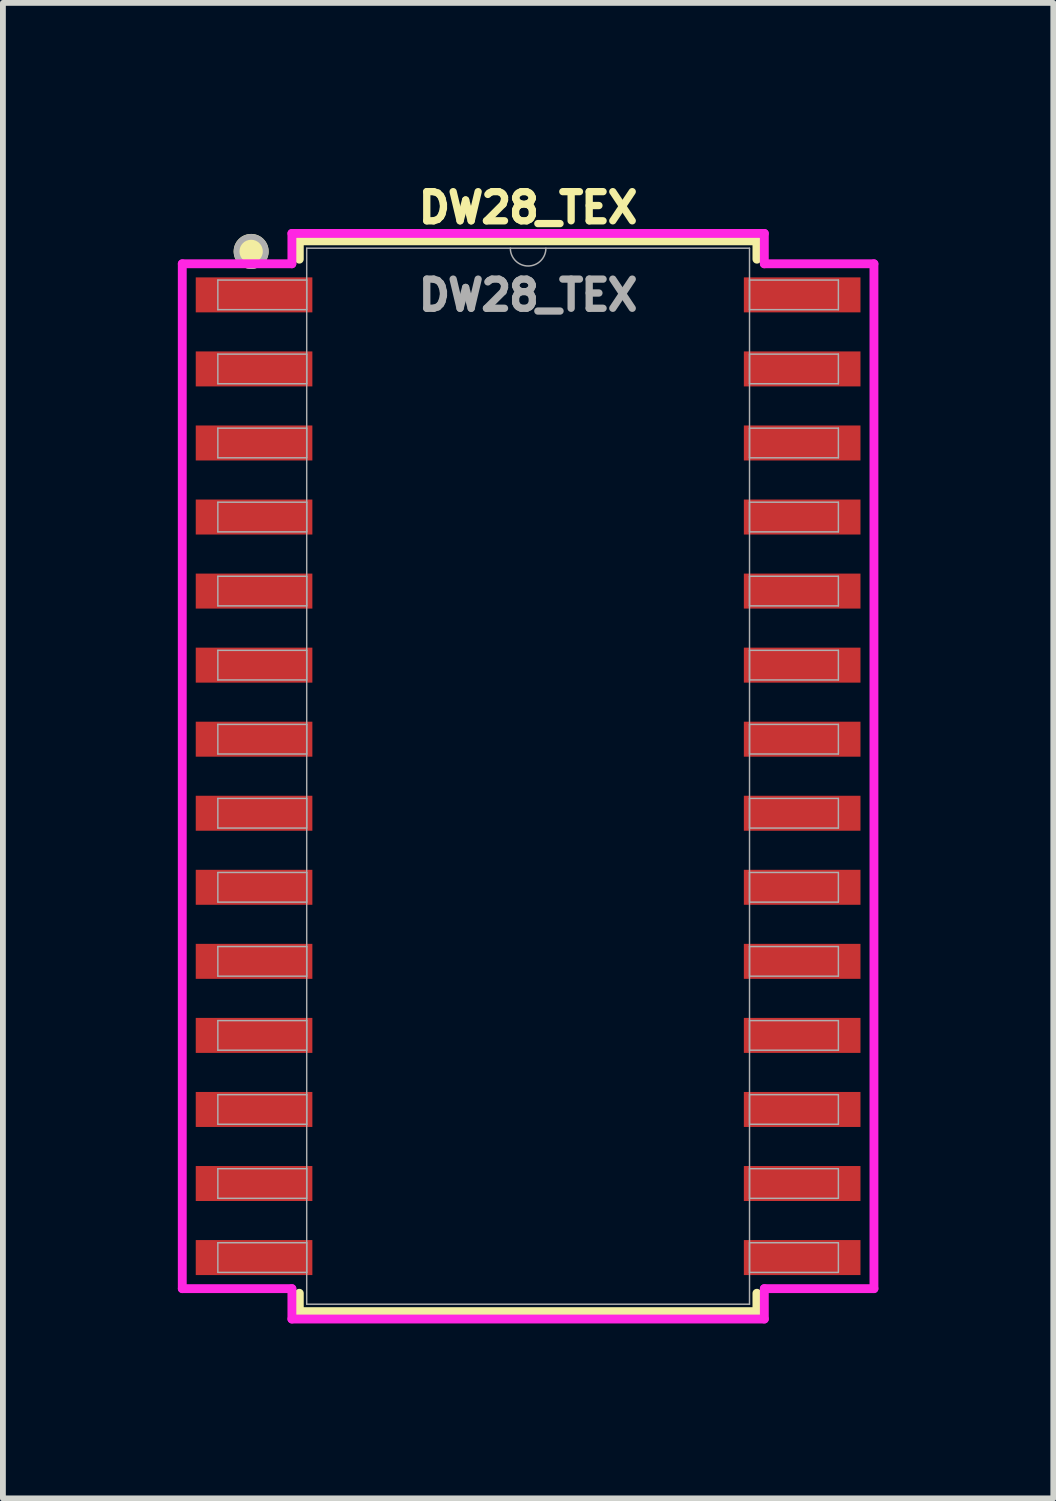
<source format=kicad_pcb>
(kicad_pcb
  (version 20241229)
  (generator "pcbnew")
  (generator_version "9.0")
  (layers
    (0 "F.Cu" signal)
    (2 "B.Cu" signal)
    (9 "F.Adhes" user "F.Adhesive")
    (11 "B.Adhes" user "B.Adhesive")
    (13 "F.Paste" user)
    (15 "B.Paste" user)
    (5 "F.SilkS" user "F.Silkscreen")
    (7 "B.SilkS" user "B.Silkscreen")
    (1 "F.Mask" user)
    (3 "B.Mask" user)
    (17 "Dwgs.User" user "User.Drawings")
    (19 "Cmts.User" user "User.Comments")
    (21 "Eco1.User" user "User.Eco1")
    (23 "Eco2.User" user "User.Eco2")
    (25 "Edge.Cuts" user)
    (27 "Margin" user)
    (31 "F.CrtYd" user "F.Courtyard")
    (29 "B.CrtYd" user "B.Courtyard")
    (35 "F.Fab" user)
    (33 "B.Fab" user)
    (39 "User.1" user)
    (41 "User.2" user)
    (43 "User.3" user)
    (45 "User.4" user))
  (footprint "DW28_TEX"
    (layer "F.Cu")
    (at 6.007 10.262)
    (property "Reference" "DW28_TEX" (at 0 -9.75 0) (unlocked yes) (layer "F.SilkS") (effects (font (size 0.5 0.5) (thickness 0.125) (bold yes))))
    (attr smd)
    (fp_line (start -3.924 -9.182) (end -3.924 -8.867) (stroke (width 0.152) (type solid)) (layer "F.SilkS"))
    (fp_line (start -3.924 8.867) (end -3.924 9.182) (stroke (width 0.152) (type solid)) (layer "F.SilkS"))
    (fp_line (start -3.924 9.182) (end 3.924 9.182) (stroke (width 0.152) (type solid)) (layer "F.SilkS"))
    (fp_line (start 3.924 -9.182) (end -3.924 -9.182) (stroke (width 0.152) (type solid)) (layer "F.SilkS"))
    (fp_line (start 3.924 -8.867) (end 3.924 -9.182) (stroke (width 0.152) (type solid)) (layer "F.SilkS"))
    (fp_line (start 3.924 9.182) (end 3.924 8.867) (stroke (width 0.152) (type solid)) (layer "F.SilkS"))
    (fp_circle (center -4.75 -9) (end -4.5 -9) (stroke (width 0.1) (type solid)) (fill yes) (layer "F.SilkS"))
    (fp_line (start -5.931 -8.788) (end -4.051 -8.788) (stroke (width 0.152) (type solid)) (layer "F.CrtYd"))
    (fp_line (start -5.931 8.788) (end -5.931 -8.788) (stroke (width 0.152) (type solid)) (layer "F.CrtYd"))
    (fp_line (start -5.931 8.788) (end -4.051 8.788) (stroke (width 0.152) (type solid)) (layer "F.CrtYd"))
    (fp_line (start -4.051 -9.309) (end 4.051 -9.309) (stroke (width 0.152) (type solid)) (layer "F.CrtYd"))
    (fp_line (start -4.051 -8.788) (end -4.051 -9.309) (stroke (width 0.152) (type solid)) (layer "F.CrtYd"))
    (fp_line (start -4.051 9.309) (end -4.051 8.788) (stroke (width 0.152) (type solid)) (layer "F.CrtYd"))
    (fp_line (start 4.051 -9.309) (end 4.051 -8.788) (stroke (width 0.152) (type solid)) (layer "F.CrtYd"))
    (fp_line (start 4.051 8.788) (end 4.051 9.309) (stroke (width 0.152) (type solid)) (layer "F.CrtYd"))
    (fp_line (start 4.051 9.309) (end -4.051 9.309) (stroke (width 0.152) (type solid)) (layer "F.CrtYd"))
    (fp_line (start 5.931 -8.788) (end 4.051 -8.788) (stroke (width 0.152) (type solid)) (layer "F.CrtYd"))
    (fp_line (start 5.931 -8.788) (end 5.931 8.788) (stroke (width 0.152) (type solid)) (layer "F.CrtYd"))
    (fp_line (start 5.931 8.788) (end 4.051 8.788) (stroke (width 0.152) (type solid)) (layer "F.CrtYd"))
    (fp_line (start -5.321 -8.509) (end -5.321 -8.001) (stroke (width 0.025) (type solid)) (layer "F.Fab"))
    (fp_line (start -5.321 -8.001) (end -3.797 -8.001) (stroke (width 0.025) (type solid)) (layer "F.Fab"))
    (fp_line (start -5.321 -7.239) (end -5.321 -6.731) (stroke (width 0.025) (type solid)) (layer "F.Fab"))
    (fp_line (start -5.321 -6.731) (end -3.797 -6.731) (stroke (width 0.025) (type solid)) (layer "F.Fab"))
    (fp_line (start -5.321 -5.969) (end -5.321 -5.461) (stroke (width 0.025) (type solid)) (layer "F.Fab"))
    (fp_line (start -5.321 -5.461) (end -3.797 -5.461) (stroke (width 0.025) (type solid)) (layer "F.Fab"))
    (fp_line (start -5.321 -4.699) (end -5.321 -4.191) (stroke (width 0.025) (type solid)) (layer "F.Fab"))
    (fp_line (start -5.321 -4.191) (end -3.797 -4.191) (stroke (width 0.025) (type solid)) (layer "F.Fab"))
    (fp_line (start -5.321 -3.429) (end -5.321 -2.921) (stroke (width 0.025) (type solid)) (layer "F.Fab"))
    (fp_line (start -5.321 -2.921) (end -3.797 -2.921) (stroke (width 0.025) (type solid)) (layer "F.Fab"))
    (fp_line (start -5.321 -2.159) (end -5.321 -1.651) (stroke (width 0.025) (type solid)) (layer "F.Fab"))
    (fp_line (start -5.321 -1.651) (end -3.797 -1.651) (stroke (width 0.025) (type solid)) (layer "F.Fab"))
    (fp_line (start -5.321 -0.889) (end -5.321 -0.381) (stroke (width 0.025) (type solid)) (layer "F.Fab"))
    (fp_line (start -5.321 -0.381) (end -3.797 -0.381) (stroke (width 0.025) (type solid)) (layer "F.Fab"))
    (fp_line (start -5.321 0.381) (end -5.321 0.889) (stroke (width 0.025) (type solid)) (layer "F.Fab"))
    (fp_line (start -5.321 0.889) (end -3.797 0.889) (stroke (width 0.025) (type solid)) (layer "F.Fab"))
    (fp_line (start -5.321 1.651) (end -5.321 2.159) (stroke (width 0.025) (type solid)) (layer "F.Fab"))
    (fp_line (start -5.321 2.159) (end -3.797 2.159) (stroke (width 0.025) (type solid)) (layer "F.Fab"))
    (fp_line (start -5.321 2.921) (end -5.321 3.429) (stroke (width 0.025) (type solid)) (layer "F.Fab"))
    (fp_line (start -5.321 3.429) (end -3.797 3.429) (stroke (width 0.025) (type solid)) (layer "F.Fab"))
    (fp_line (start -5.321 4.191) (end -5.321 4.699) (stroke (width 0.025) (type solid)) (layer "F.Fab"))
    (fp_line (start -5.321 4.699) (end -3.797 4.699) (stroke (width 0.025) (type solid)) (layer "F.Fab"))
    (fp_line (start -5.321 5.461) (end -5.321 5.969) (stroke (width 0.025) (type solid)) (layer "F.Fab"))
    (fp_line (start -5.321 5.969) (end -3.797 5.969) (stroke (width 0.025) (type solid)) (layer "F.Fab"))
    (fp_line (start -5.321 6.731) (end -5.321 7.239) (stroke (width 0.025) (type solid)) (layer "F.Fab"))
    (fp_line (start -5.321 7.239) (end -3.797 7.239) (stroke (width 0.025) (type solid)) (layer "F.Fab"))
    (fp_line (start -5.321 8.001) (end -5.321 8.509) (stroke (width 0.025) (type solid)) (layer "F.Fab"))
    (fp_line (start -5.321 8.509) (end -3.797 8.509) (stroke (width 0.025) (type solid)) (layer "F.Fab"))
    (fp_line (start -3.797 -9.055) (end -3.797 9.055) (stroke (width 0.025) (type solid)) (layer "F.Fab"))
    (fp_line (start -3.797 -8.509) (end -5.321 -8.509) (stroke (width 0.025) (type solid)) (layer "F.Fab"))
    (fp_line (start -3.797 -8.001) (end -3.797 -8.509) (stroke (width 0.025) (type solid)) (layer "F.Fab"))
    (fp_line (start -3.797 -7.239) (end -5.321 -7.239) (stroke (width 0.025) (type solid)) (layer "F.Fab"))
    (fp_line (start -3.797 -6.731) (end -3.797 -7.239) (stroke (width 0.025) (type solid)) (layer "F.Fab"))
    (fp_line (start -3.797 -5.969) (end -5.321 -5.969) (stroke (width 0.025) (type solid)) (layer "F.Fab"))
    (fp_line (start -3.797 -5.461) (end -3.797 -5.969) (stroke (width 0.025) (type solid)) (layer "F.Fab"))
    (fp_line (start -3.797 -4.699) (end -5.321 -4.699) (stroke (width 0.025) (type solid)) (layer "F.Fab"))
    (fp_line (start -3.797 -4.191) (end -3.797 -4.699) (stroke (width 0.025) (type solid)) (layer "F.Fab"))
    (fp_line (start -3.797 -3.429) (end -5.321 -3.429) (stroke (width 0.025) (type solid)) (layer "F.Fab"))
    (fp_line (start -3.797 -2.921) (end -3.797 -3.429) (stroke (width 0.025) (type solid)) (layer "F.Fab"))
    (fp_line (start -3.797 -2.159) (end -5.321 -2.159) (stroke (width 0.025) (type solid)) (layer "F.Fab"))
    (fp_line (start -3.797 -1.651) (end -3.797 -2.159) (stroke (width 0.025) (type solid)) (layer "F.Fab"))
    (fp_line (start -3.797 -0.889) (end -5.321 -0.889) (stroke (width 0.025) (type solid)) (layer "F.Fab"))
    (fp_line (start -3.797 -0.381) (end -3.797 -0.889) (stroke (width 0.025) (type solid)) (layer "F.Fab"))
    (fp_line (start -3.797 0.381) (end -5.321 0.381) (stroke (width 0.025) (type solid)) (layer "F.Fab"))
    (fp_line (start -3.797 0.889) (end -3.797 0.381) (stroke (width 0.025) (type solid)) (layer "F.Fab"))
    (fp_line (start -3.797 1.651) (end -5.321 1.651) (stroke (width 0.025) (type solid)) (layer "F.Fab"))
    (fp_line (start -3.797 2.159) (end -3.797 1.651) (stroke (width 0.025) (type solid)) (layer "F.Fab"))
    (fp_line (start -3.797 2.921) (end -5.321 2.921) (stroke (width 0.025) (type solid)) (layer "F.Fab"))
    (fp_line (start -3.797 3.429) (end -3.797 2.921) (stroke (width 0.025) (type solid)) (layer "F.Fab"))
    (fp_line (start -3.797 4.191) (end -5.321 4.191) (stroke (width 0.025) (type solid)) (layer "F.Fab"))
    (fp_line (start -3.797 4.699) (end -3.797 4.191) (stroke (width 0.025) (type solid)) (layer "F.Fab"))
    (fp_line (start -3.797 5.461) (end -5.321 5.461) (stroke (width 0.025) (type solid)) (layer "F.Fab"))
    (fp_line (start -3.797 5.969) (end -3.797 5.461) (stroke (width 0.025) (type solid)) (layer "F.Fab"))
    (fp_line (start -3.797 6.731) (end -5.321 6.731) (stroke (width 0.025) (type solid)) (layer "F.Fab"))
    (fp_line (start -3.797 7.239) (end -3.797 6.731) (stroke (width 0.025) (type solid)) (layer "F.Fab"))
    (fp_line (start -3.797 8.001) (end -5.321 8.001) (stroke (width 0.025) (type solid)) (layer "F.Fab"))
    (fp_line (start -3.797 8.509) (end -3.797 8.001) (stroke (width 0.025) (type solid)) (layer "F.Fab"))
    (fp_line (start -3.797 9.055) (end 3.797 9.055) (stroke (width 0.025) (type solid)) (layer "F.Fab"))
    (fp_line (start 3.797 -9.055) (end -3.797 -9.055) (stroke (width 0.025) (type solid)) (layer "F.Fab"))
    (fp_line (start 3.797 -8.509) (end 3.797 -8.001) (stroke (width 0.025) (type solid)) (layer "F.Fab"))
    (fp_line (start 3.797 -8.001) (end 5.321 -8.001) (stroke (width 0.025) (type solid)) (layer "F.Fab"))
    (fp_line (start 3.797 -7.239) (end 3.797 -6.731) (stroke (width 0.025) (type solid)) (layer "F.Fab"))
    (fp_line (start 3.797 -6.731) (end 5.321 -6.731) (stroke (width 0.025) (type solid)) (layer "F.Fab"))
    (fp_line (start 3.797 -5.969) (end 3.797 -5.461) (stroke (width 0.025) (type solid)) (layer "F.Fab"))
    (fp_line (start 3.797 -5.461) (end 5.321 -5.461) (stroke (width 0.025) (type solid)) (layer "F.Fab"))
    (fp_line (start 3.797 -4.699) (end 3.797 -4.191) (stroke (width 0.025) (type solid)) (layer "F.Fab"))
    (fp_line (start 3.797 -4.191) (end 5.321 -4.191) (stroke (width 0.025) (type solid)) (layer "F.Fab"))
    (fp_line (start 3.797 -3.429) (end 3.797 -2.921) (stroke (width 0.025) (type solid)) (layer "F.Fab"))
    (fp_line (start 3.797 -2.921) (end 5.321 -2.921) (stroke (width 0.025) (type solid)) (layer "F.Fab"))
    (fp_line (start 3.797 -2.159) (end 3.797 -1.651) (stroke (width 0.025) (type solid)) (layer "F.Fab"))
    (fp_line (start 3.797 -1.651) (end 5.321 -1.651) (stroke (width 0.025) (type solid)) (layer "F.Fab"))
    (fp_line (start 3.797 -0.889) (end 3.797 -0.381) (stroke (width 0.025) (type solid)) (layer "F.Fab"))
    (fp_line (start 3.797 -0.381) (end 5.321 -0.381) (stroke (width 0.025) (type solid)) (layer "F.Fab"))
    (fp_line (start 3.797 0.381) (end 3.797 0.889) (stroke (width 0.025) (type solid)) (layer "F.Fab"))
    (fp_line (start 3.797 0.889) (end 5.321 0.889) (stroke (width 0.025) (type solid)) (layer "F.Fab"))
    (fp_line (start 3.797 1.651) (end 3.797 2.159) (stroke (width 0.025) (type solid)) (layer "F.Fab"))
    (fp_line (start 3.797 2.159) (end 5.321 2.159) (stroke (width 0.025) (type solid)) (layer "F.Fab"))
    (fp_line (start 3.797 2.921) (end 3.797 3.429) (stroke (width 0.025) (type solid)) (layer "F.Fab"))
    (fp_line (start 3.797 3.429) (end 5.321 3.429) (stroke (width 0.025) (type solid)) (layer "F.Fab"))
    (fp_line (start 3.797 4.191) (end 3.797 4.699) (stroke (width 0.025) (type solid)) (layer "F.Fab"))
    (fp_line (start 3.797 4.699) (end 5.321 4.699) (stroke (width 0.025) (type solid)) (layer "F.Fab"))
    (fp_line (start 3.797 5.461) (end 3.797 5.969) (stroke (width 0.025) (type solid)) (layer "F.Fab"))
    (fp_line (start 3.797 5.969) (end 5.321 5.969) (stroke (width 0.025) (type solid)) (layer "F.Fab"))
    (fp_line (start 3.797 6.731) (end 3.797 7.239) (stroke (width 0.025) (type solid)) (layer "F.Fab"))
    (fp_line (start 3.797 7.239) (end 5.321 7.239) (stroke (width 0.025) (type solid)) (layer "F.Fab"))
    (fp_line (start 3.797 8.001) (end 3.797 8.509) (stroke (width 0.025) (type solid)) (layer "F.Fab"))
    (fp_line (start 3.797 8.509) (end 5.321 8.509) (stroke (width 0.025) (type solid)) (layer "F.Fab"))
    (fp_line (start 3.797 9.055) (end 3.797 -9.055) (stroke (width 0.025) (type solid)) (layer "F.Fab"))
    (fp_line (start 5.321 -8.509) (end 3.797 -8.509) (stroke (width 0.025) (type solid)) (layer "F.Fab"))
    (fp_line (start 5.321 -8.001) (end 5.321 -8.509) (stroke (width 0.025) (type solid)) (layer "F.Fab"))
    (fp_line (start 5.321 -7.239) (end 3.797 -7.239) (stroke (width 0.025) (type solid)) (layer "F.Fab"))
    (fp_line (start 5.321 -6.731) (end 5.321 -7.239) (stroke (width 0.025) (type solid)) (layer "F.Fab"))
    (fp_line (start 5.321 -5.969) (end 3.797 -5.969) (stroke (width 0.025) (type solid)) (layer "F.Fab"))
    (fp_line (start 5.321 -5.461) (end 5.321 -5.969) (stroke (width 0.025) (type solid)) (layer "F.Fab"))
    (fp_line (start 5.321 -4.699) (end 3.797 -4.699) (stroke (width 0.025) (type solid)) (layer "F.Fab"))
    (fp_line (start 5.321 -4.191) (end 5.321 -4.699) (stroke (width 0.025) (type solid)) (layer "F.Fab"))
    (fp_line (start 5.321 -3.429) (end 3.797 -3.429) (stroke (width 0.025) (type solid)) (layer "F.Fab"))
    (fp_line (start 5.321 -2.921) (end 5.321 -3.429) (stroke (width 0.025) (type solid)) (layer "F.Fab"))
    (fp_line (start 5.321 -2.159) (end 3.797 -2.159) (stroke (width 0.025) (type solid)) (layer "F.Fab"))
    (fp_line (start 5.321 -1.651) (end 5.321 -2.159) (stroke (width 0.025) (type solid)) (layer "F.Fab"))
    (fp_line (start 5.321 -0.889) (end 3.797 -0.889) (stroke (width 0.025) (type solid)) (layer "F.Fab"))
    (fp_line (start 5.321 -0.381) (end 5.321 -0.889) (stroke (width 0.025) (type solid)) (layer "F.Fab"))
    (fp_line (start 5.321 0.381) (end 3.797 0.381) (stroke (width 0.025) (type solid)) (layer "F.Fab"))
    (fp_line (start 5.321 0.889) (end 5.321 0.381) (stroke (width 0.025) (type solid)) (layer "F.Fab"))
    (fp_line (start 5.321 1.651) (end 3.797 1.651) (stroke (width 0.025) (type solid)) (layer "F.Fab"))
    (fp_line (start 5.321 2.159) (end 5.321 1.651) (stroke (width 0.025) (type solid)) (layer "F.Fab"))
    (fp_line (start 5.321 2.921) (end 3.797 2.921) (stroke (width 0.025) (type solid)) (layer "F.Fab"))
    (fp_line (start 5.321 3.429) (end 5.321 2.921) (stroke (width 0.025) (type solid)) (layer "F.Fab"))
    (fp_line (start 5.321 4.191) (end 3.797 4.191) (stroke (width 0.025) (type solid)) (layer "F.Fab"))
    (fp_line (start 5.321 4.699) (end 5.321 4.191) (stroke (width 0.025) (type solid)) (layer "F.Fab"))
    (fp_line (start 5.321 5.461) (end 3.797 5.461) (stroke (width 0.025) (type solid)) (layer "F.Fab"))
    (fp_line (start 5.321 5.969) (end 5.321 5.461) (stroke (width 0.025) (type solid)) (layer "F.Fab"))
    (fp_line (start 5.321 6.731) (end 3.797 6.731) (stroke (width 0.025) (type solid)) (layer "F.Fab"))
    (fp_line (start 5.321 7.239) (end 5.321 6.731) (stroke (width 0.025) (type solid)) (layer "F.Fab"))
    (fp_line (start 5.321 8.001) (end 3.797 8.001) (stroke (width 0.025) (type solid)) (layer "F.Fab"))
    (fp_line (start 5.321 8.509) (end 5.321 8.001) (stroke (width 0.025) (type solid)) (layer "F.Fab"))
    (fp_arc (start 0.3048 -9.0551) (mid 0 -8.7503) (end -0.3048 -9.0551) (stroke (width 0.0254) (type solid)) (layer "F.Fab"))
    (fp_circle (center -4.75 -9) (end -4.5 -9) (stroke (width 0.1) (type solid)) (fill no) (layer "F.Fab"))
    (fp_text user "${REFERENCE}" (at 0 -8.25 0) (unlocked yes) (layer "F.Fab") (effects (font (size 0.5 0.5) (thickness 0.125) (bold yes))))
    (pad "1" smd rect (at -4.7 -8.255) (size 2 0.6) (layers "F.Cu" "F.Mask" "F.Paste"))
    (pad "2" smd rect (at -4.7 -6.985) (size 2 0.6) (layers "F.Cu" "F.Mask" "F.Paste"))
    (pad "3" smd rect (at -4.7 -5.715) (size 2 0.6) (layers "F.Cu" "F.Mask" "F.Paste"))
    (pad "4" smd rect (at -4.7 -4.445) (size 2 0.6) (layers "F.Cu" "F.Mask" "F.Paste"))
    (pad "5" smd rect (at -4.7 -3.175) (size 2 0.6) (layers "F.Cu" "F.Mask" "F.Paste"))
    (pad "6" smd rect (at -4.7 -1.905) (size 2 0.6) (layers "F.Cu" "F.Mask" "F.Paste"))
    (pad "7" smd rect (at -4.7 -0.635) (size 2 0.6) (layers "F.Cu" "F.Mask" "F.Paste"))
    (pad "8" smd rect (at -4.7 0.635) (size 2 0.6) (layers "F.Cu" "F.Mask" "F.Paste"))
    (pad "9" smd rect (at -4.7 1.905) (size 2 0.6) (layers "F.Cu" "F.Mask" "F.Paste"))
    (pad "10" smd rect (at -4.7 3.175) (size 2 0.6) (layers "F.Cu" "F.Mask" "F.Paste"))
    (pad "11" smd rect (at -4.7 4.445) (size 2 0.6) (layers "F.Cu" "F.Mask" "F.Paste"))
    (pad "12" smd rect (at -4.7 5.715) (size 2 0.6) (layers "F.Cu" "F.Mask" "F.Paste"))
    (pad "13" smd rect (at -4.7 6.985) (size 2 0.6) (layers "F.Cu" "F.Mask" "F.Paste"))
    (pad "14" smd rect (at -4.7 8.255) (size 2 0.6) (layers "F.Cu" "F.Mask" "F.Paste"))
    (pad "15" smd rect (at 4.7 8.255) (size 2 0.6) (layers "F.Cu" "F.Mask" "F.Paste"))
    (pad "16" smd rect (at 4.7 6.985) (size 2 0.6) (layers "F.Cu" "F.Mask" "F.Paste"))
    (pad "17" smd rect (at 4.7 5.715) (size 2 0.6) (layers "F.Cu" "F.Mask" "F.Paste"))
    (pad "18" smd rect (at 4.7 4.445) (size 2 0.6) (layers "F.Cu" "F.Mask" "F.Paste"))
    (pad "19" smd rect (at 4.7 3.175) (size 2 0.6) (layers "F.Cu" "F.Mask" "F.Paste"))
    (pad "20" smd rect (at 4.7 1.905) (size 2 0.6) (layers "F.Cu" "F.Mask" "F.Paste"))
    (pad "21" smd rect (at 4.7 0.635) (size 2 0.6) (layers "F.Cu" "F.Mask" "F.Paste"))
    (pad "22" smd rect (at 4.7 -0.635) (size 2 0.6) (layers "F.Cu" "F.Mask" "F.Paste"))
    (pad "23" smd rect (at 4.7 -1.905) (size 2 0.6) (layers "F.Cu" "F.Mask" "F.Paste"))
    (pad "24" smd rect (at 4.7 -3.175) (size 2 0.6) (layers "F.Cu" "F.Mask" "F.Paste"))
    (pad "25" smd rect (at 4.7 -4.445) (size 2 0.6) (layers "F.Cu" "F.Mask" "F.Paste"))
    (pad "26" smd rect (at 4.7 -5.715) (size 2 0.6) (layers "F.Cu" "F.Mask" "F.Paste"))
    (pad "27" smd rect (at 4.7 -6.985) (size 2 0.6) (layers "F.Cu" "F.Mask" "F.Paste"))
    (pad "28" smd rect (at 4.7 -8.255) (size 2 0.6) (layers "F.Cu" "F.Mask" "F.Paste")))
  (gr_rect
    (start -3 -3)
    (end 15.014 22.647)
    (stroke (width 0.1) (type default))
    (fill no)
    (layer "Edge.Cuts")))
</source>
